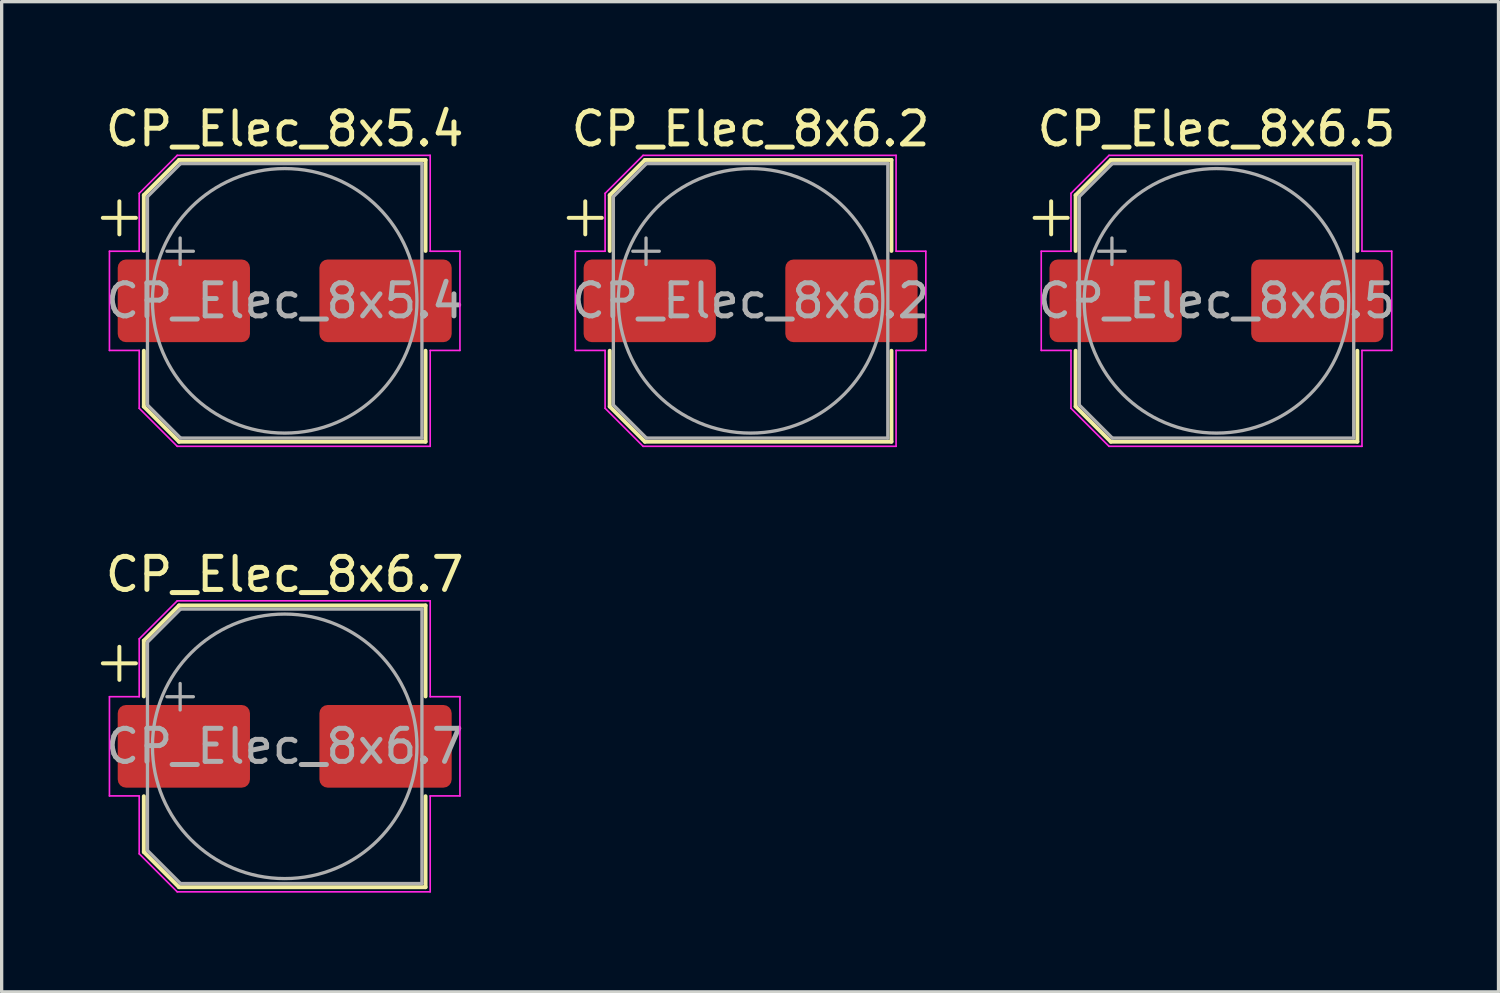
<source format=kicad_pcb>
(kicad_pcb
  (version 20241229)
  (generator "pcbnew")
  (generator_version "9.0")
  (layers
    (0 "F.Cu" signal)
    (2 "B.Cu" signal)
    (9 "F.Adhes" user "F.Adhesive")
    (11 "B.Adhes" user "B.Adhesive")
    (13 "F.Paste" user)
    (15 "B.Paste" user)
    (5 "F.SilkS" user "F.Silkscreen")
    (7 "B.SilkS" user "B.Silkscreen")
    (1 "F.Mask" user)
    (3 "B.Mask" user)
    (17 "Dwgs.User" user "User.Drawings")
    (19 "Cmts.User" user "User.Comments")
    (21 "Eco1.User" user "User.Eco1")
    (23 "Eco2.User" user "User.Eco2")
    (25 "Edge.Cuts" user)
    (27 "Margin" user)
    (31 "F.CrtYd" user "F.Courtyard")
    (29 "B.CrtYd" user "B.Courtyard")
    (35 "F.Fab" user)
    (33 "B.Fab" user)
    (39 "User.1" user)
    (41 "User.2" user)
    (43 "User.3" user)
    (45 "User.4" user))
  (footprint "CP_Elec_8x6.5"
    (layer "F.Cu")
    (at 33.74 6.048)
    (property "Reference" "CP_Elec_8x6.5" (at 0 -5.2 0) (layer "F.SilkS") (effects (font (size 1 1) (thickness 0.15))))
    (attr smd)
    (fp_line (start -5.5 -2.51) (end -4.5 -2.51) (stroke (width 0.12) (type solid)) (layer "F.SilkS"))
    (fp_line (start -5 -3.01) (end -5 -2.01) (stroke (width 0.12) (type solid)) (layer "F.SilkS"))
    (fp_line (start -4.26 -3.196) (end -4.26 -1.51) (stroke (width 0.12) (type solid)) (layer "F.SilkS"))
    (fp_line (start -4.26 -3.196) (end -3.196 -4.26) (stroke (width 0.12) (type solid)) (layer "F.SilkS"))
    (fp_line (start -4.26 3.196) (end -4.26 1.51) (stroke (width 0.12) (type solid)) (layer "F.SilkS"))
    (fp_line (start -4.26 3.196) (end -3.196 4.26) (stroke (width 0.12) (type solid)) (layer "F.SilkS"))
    (fp_line (start -3.196 -4.26) (end 4.26 -4.26) (stroke (width 0.12) (type solid)) (layer "F.SilkS"))
    (fp_line (start -3.196 4.26) (end 4.26 4.26) (stroke (width 0.12) (type solid)) (layer "F.SilkS"))
    (fp_line (start 4.26 -4.26) (end 4.26 -1.51) (stroke (width 0.12) (type solid)) (layer "F.SilkS"))
    (fp_line (start 4.26 4.26) (end 4.26 1.51) (stroke (width 0.12) (type solid)) (layer "F.SilkS"))
    (fp_line (start -5.3 -1.5) (end -5.3 1.5) (stroke (width 0.05) (type solid)) (layer "F.CrtYd"))
    (fp_line (start -5.3 1.5) (end -4.4 1.5) (stroke (width 0.05) (type solid)) (layer "F.CrtYd"))
    (fp_line (start -4.4 -3.25) (end -4.4 -1.5) (stroke (width 0.05) (type solid)) (layer "F.CrtYd"))
    (fp_line (start -4.4 -3.25) (end -3.25 -4.4) (stroke (width 0.05) (type solid)) (layer "F.CrtYd"))
    (fp_line (start -4.4 -1.5) (end -5.3 -1.5) (stroke (width 0.05) (type solid)) (layer "F.CrtYd"))
    (fp_line (start -4.4 1.5) (end -4.4 3.25) (stroke (width 0.05) (type solid)) (layer "F.CrtYd"))
    (fp_line (start -4.4 3.25) (end -3.25 4.4) (stroke (width 0.05) (type solid)) (layer "F.CrtYd"))
    (fp_line (start -3.25 -4.4) (end 4.4 -4.4) (stroke (width 0.05) (type solid)) (layer "F.CrtYd"))
    (fp_line (start -3.25 4.4) (end 4.4 4.4) (stroke (width 0.05) (type solid)) (layer "F.CrtYd"))
    (fp_line (start 4.4 -4.4) (end 4.4 -1.5) (stroke (width 0.05) (type solid)) (layer "F.CrtYd"))
    (fp_line (start 4.4 -1.5) (end 5.3 -1.5) (stroke (width 0.05) (type solid)) (layer "F.CrtYd"))
    (fp_line (start 4.4 1.5) (end 4.4 4.4) (stroke (width 0.05) (type solid)) (layer "F.CrtYd"))
    (fp_line (start 5.3 -1.5) (end 5.3 1.5) (stroke (width 0.05) (type solid)) (layer "F.CrtYd"))
    (fp_line (start 5.3 1.5) (end 4.4 1.5) (stroke (width 0.05) (type solid)) (layer "F.CrtYd"))
    (fp_line (start -4.15 -3.15) (end -4.15 3.15) (stroke (width 0.1) (type solid)) (layer "F.Fab"))
    (fp_line (start -4.15 -3.15) (end -3.15 -4.15) (stroke (width 0.1) (type solid)) (layer "F.Fab"))
    (fp_line (start -4.15 3.15) (end -3.15 4.15) (stroke (width 0.1) (type solid)) (layer "F.Fab"))
    (fp_line (start -3.562 -1.5) (end -2.762 -1.5) (stroke (width 0.1) (type solid)) (layer "F.Fab"))
    (fp_line (start -3.162 -1.9) (end -3.162 -1.1) (stroke (width 0.1) (type solid)) (layer "F.Fab"))
    (fp_line (start -3.15 -4.15) (end 4.15 -4.15) (stroke (width 0.1) (type solid)) (layer "F.Fab"))
    (fp_line (start -3.15 4.15) (end 4.15 4.15) (stroke (width 0.1) (type solid)) (layer "F.Fab"))
    (fp_line (start 4.15 -4.15) (end 4.15 4.15) (stroke (width 0.1) (type solid)) (layer "F.Fab"))
    (fp_circle (center 0 0) (end 4 0) (stroke (width 0.1) (type solid)) (fill no) (layer "F.Fab"))
    (fp_text user "${REFERENCE}" (at 0 0 0) (layer "F.Fab") (effects (font (size 1 1) (thickness 0.15))))
    (pad "1" smd roundrect (at -3.05 0) (size 4 2.5) (layers "F.Cu" "F.Mask" "F.Paste") (roundrect_rratio 0.1))
    (pad "2" smd roundrect (at 3.05 0) (size 4 2.5) (layers "F.Cu" "F.Mask" "F.Paste") (roundrect_rratio 0.1)))
  (footprint "CP_Elec_8x6.2"
    (layer "F.Cu")
    (at 19.65 6.048)
    (property "Reference" "CP_Elec_8x6.2" (at 0 -5.2 0) (layer "F.SilkS") (effects (font (size 1 1) (thickness 0.15))))
    (attr smd)
    (fp_line (start -5.5 -2.51) (end -4.5 -2.51) (stroke (width 0.12) (type solid)) (layer "F.SilkS"))
    (fp_line (start -5 -3.01) (end -5 -2.01) (stroke (width 0.12) (type solid)) (layer "F.SilkS"))
    (fp_line (start -4.26 -3.196) (end -4.26 -1.51) (stroke (width 0.12) (type solid)) (layer "F.SilkS"))
    (fp_line (start -4.26 -3.196) (end -3.196 -4.26) (stroke (width 0.12) (type solid)) (layer "F.SilkS"))
    (fp_line (start -4.26 3.196) (end -4.26 1.51) (stroke (width 0.12) (type solid)) (layer "F.SilkS"))
    (fp_line (start -4.26 3.196) (end -3.196 4.26) (stroke (width 0.12) (type solid)) (layer "F.SilkS"))
    (fp_line (start -3.196 -4.26) (end 4.26 -4.26) (stroke (width 0.12) (type solid)) (layer "F.SilkS"))
    (fp_line (start -3.196 4.26) (end 4.26 4.26) (stroke (width 0.12) (type solid)) (layer "F.SilkS"))
    (fp_line (start 4.26 -4.26) (end 4.26 -1.51) (stroke (width 0.12) (type solid)) (layer "F.SilkS"))
    (fp_line (start 4.26 4.26) (end 4.26 1.51) (stroke (width 0.12) (type solid)) (layer "F.SilkS"))
    (fp_line (start -5.3 -1.5) (end -5.3 1.5) (stroke (width 0.05) (type solid)) (layer "F.CrtYd"))
    (fp_line (start -5.3 1.5) (end -4.4 1.5) (stroke (width 0.05) (type solid)) (layer "F.CrtYd"))
    (fp_line (start -4.4 -3.25) (end -4.4 -1.5) (stroke (width 0.05) (type solid)) (layer "F.CrtYd"))
    (fp_line (start -4.4 -3.25) (end -3.25 -4.4) (stroke (width 0.05) (type solid)) (layer "F.CrtYd"))
    (fp_line (start -4.4 -1.5) (end -5.3 -1.5) (stroke (width 0.05) (type solid)) (layer "F.CrtYd"))
    (fp_line (start -4.4 1.5) (end -4.4 3.25) (stroke (width 0.05) (type solid)) (layer "F.CrtYd"))
    (fp_line (start -4.4 3.25) (end -3.25 4.4) (stroke (width 0.05) (type solid)) (layer "F.CrtYd"))
    (fp_line (start -3.25 -4.4) (end 4.4 -4.4) (stroke (width 0.05) (type solid)) (layer "F.CrtYd"))
    (fp_line (start -3.25 4.4) (end 4.4 4.4) (stroke (width 0.05) (type solid)) (layer "F.CrtYd"))
    (fp_line (start 4.4 -4.4) (end 4.4 -1.5) (stroke (width 0.05) (type solid)) (layer "F.CrtYd"))
    (fp_line (start 4.4 -1.5) (end 5.3 -1.5) (stroke (width 0.05) (type solid)) (layer "F.CrtYd"))
    (fp_line (start 4.4 1.5) (end 4.4 4.4) (stroke (width 0.05) (type solid)) (layer "F.CrtYd"))
    (fp_line (start 5.3 -1.5) (end 5.3 1.5) (stroke (width 0.05) (type solid)) (layer "F.CrtYd"))
    (fp_line (start 5.3 1.5) (end 4.4 1.5) (stroke (width 0.05) (type solid)) (layer "F.CrtYd"))
    (fp_line (start -4.15 -3.15) (end -4.15 3.15) (stroke (width 0.1) (type solid)) (layer "F.Fab"))
    (fp_line (start -4.15 -3.15) (end -3.15 -4.15) (stroke (width 0.1) (type solid)) (layer "F.Fab"))
    (fp_line (start -4.15 3.15) (end -3.15 4.15) (stroke (width 0.1) (type solid)) (layer "F.Fab"))
    (fp_line (start -3.562 -1.5) (end -2.762 -1.5) (stroke (width 0.1) (type solid)) (layer "F.Fab"))
    (fp_line (start -3.162 -1.9) (end -3.162 -1.1) (stroke (width 0.1) (type solid)) (layer "F.Fab"))
    (fp_line (start -3.15 -4.15) (end 4.15 -4.15) (stroke (width 0.1) (type solid)) (layer "F.Fab"))
    (fp_line (start -3.15 4.15) (end 4.15 4.15) (stroke (width 0.1) (type solid)) (layer "F.Fab"))
    (fp_line (start 4.15 -4.15) (end 4.15 4.15) (stroke (width 0.1) (type solid)) (layer "F.Fab"))
    (fp_circle (center 0 0) (end 4 0) (stroke (width 0.1) (type solid)) (fill no) (layer "F.Fab"))
    (fp_text user "${REFERENCE}" (at 0 0 0) (layer "F.Fab") (effects (font (size 1 1) (thickness 0.15))))
    (pad "1" smd roundrect (at -3.05 0) (size 4 2.5) (layers "F.Cu" "F.Mask" "F.Paste") (roundrect_rratio 0.1))
    (pad "2" smd roundrect (at 3.05 0) (size 4 2.5) (layers "F.Cu" "F.Mask" "F.Paste") (roundrect_rratio 0.1)))
  (footprint "CP_Elec_8x5.4"
    (layer "F.Cu")
    (at 5.56 6.048)
    (property "Reference" "CP_Elec_8x5.4" (at 0 -5.2 0) (layer "F.SilkS") (effects (font (size 1 1) (thickness 0.15))))
    (attr smd)
    (fp_line (start -5.5 -2.51) (end -4.5 -2.51) (stroke (width 0.12) (type solid)) (layer "F.SilkS"))
    (fp_line (start -5 -3.01) (end -5 -2.01) (stroke (width 0.12) (type solid)) (layer "F.SilkS"))
    (fp_line (start -4.26 -3.196) (end -4.26 -1.51) (stroke (width 0.12) (type solid)) (layer "F.SilkS"))
    (fp_line (start -4.26 -3.196) (end -3.196 -4.26) (stroke (width 0.12) (type solid)) (layer "F.SilkS"))
    (fp_line (start -4.26 3.196) (end -4.26 1.51) (stroke (width 0.12) (type solid)) (layer "F.SilkS"))
    (fp_line (start -4.26 3.196) (end -3.196 4.26) (stroke (width 0.12) (type solid)) (layer "F.SilkS"))
    (fp_line (start -3.196 -4.26) (end 4.26 -4.26) (stroke (width 0.12) (type solid)) (layer "F.SilkS"))
    (fp_line (start -3.196 4.26) (end 4.26 4.26) (stroke (width 0.12) (type solid)) (layer "F.SilkS"))
    (fp_line (start 4.26 -4.26) (end 4.26 -1.51) (stroke (width 0.12) (type solid)) (layer "F.SilkS"))
    (fp_line (start 4.26 4.26) (end 4.26 1.51) (stroke (width 0.12) (type solid)) (layer "F.SilkS"))
    (fp_line (start -5.3 -1.5) (end -5.3 1.5) (stroke (width 0.05) (type solid)) (layer "F.CrtYd"))
    (fp_line (start -5.3 1.5) (end -4.4 1.5) (stroke (width 0.05) (type solid)) (layer "F.CrtYd"))
    (fp_line (start -4.4 -3.25) (end -4.4 -1.5) (stroke (width 0.05) (type solid)) (layer "F.CrtYd"))
    (fp_line (start -4.4 -3.25) (end -3.25 -4.4) (stroke (width 0.05) (type solid)) (layer "F.CrtYd"))
    (fp_line (start -4.4 -1.5) (end -5.3 -1.5) (stroke (width 0.05) (type solid)) (layer "F.CrtYd"))
    (fp_line (start -4.4 1.5) (end -4.4 3.25) (stroke (width 0.05) (type solid)) (layer "F.CrtYd"))
    (fp_line (start -4.4 3.25) (end -3.25 4.4) (stroke (width 0.05) (type solid)) (layer "F.CrtYd"))
    (fp_line (start -3.25 -4.4) (end 4.4 -4.4) (stroke (width 0.05) (type solid)) (layer "F.CrtYd"))
    (fp_line (start -3.25 4.4) (end 4.4 4.4) (stroke (width 0.05) (type solid)) (layer "F.CrtYd"))
    (fp_line (start 4.4 -4.4) (end 4.4 -1.5) (stroke (width 0.05) (type solid)) (layer "F.CrtYd"))
    (fp_line (start 4.4 -1.5) (end 5.3 -1.5) (stroke (width 0.05) (type solid)) (layer "F.CrtYd"))
    (fp_line (start 4.4 1.5) (end 4.4 4.4) (stroke (width 0.05) (type solid)) (layer "F.CrtYd"))
    (fp_line (start 5.3 -1.5) (end 5.3 1.5) (stroke (width 0.05) (type solid)) (layer "F.CrtYd"))
    (fp_line (start 5.3 1.5) (end 4.4 1.5) (stroke (width 0.05) (type solid)) (layer "F.CrtYd"))
    (fp_line (start -4.15 -3.15) (end -4.15 3.15) (stroke (width 0.1) (type solid)) (layer "F.Fab"))
    (fp_line (start -4.15 -3.15) (end -3.15 -4.15) (stroke (width 0.1) (type solid)) (layer "F.Fab"))
    (fp_line (start -4.15 3.15) (end -3.15 4.15) (stroke (width 0.1) (type solid)) (layer "F.Fab"))
    (fp_line (start -3.562 -1.5) (end -2.762 -1.5) (stroke (width 0.1) (type solid)) (layer "F.Fab"))
    (fp_line (start -3.162 -1.9) (end -3.162 -1.1) (stroke (width 0.1) (type solid)) (layer "F.Fab"))
    (fp_line (start -3.15 -4.15) (end 4.15 -4.15) (stroke (width 0.1) (type solid)) (layer "F.Fab"))
    (fp_line (start -3.15 4.15) (end 4.15 4.15) (stroke (width 0.1) (type solid)) (layer "F.Fab"))
    (fp_line (start 4.15 -4.15) (end 4.15 4.15) (stroke (width 0.1) (type solid)) (layer "F.Fab"))
    (fp_circle (center 0 0) (end 4 0) (stroke (width 0.1) (type solid)) (fill no) (layer "F.Fab"))
    (fp_text user "${REFERENCE}" (at 0 0 0) (layer "F.Fab") (effects (font (size 1 1) (thickness 0.15))))
    (pad "1" smd roundrect (at -3.05 0) (size 4 2.5) (layers "F.Cu" "F.Mask" "F.Paste") (roundrect_rratio 0.1))
    (pad "2" smd roundrect (at 3.05 0) (size 4 2.5) (layers "F.Cu" "F.Mask" "F.Paste") (roundrect_rratio 0.1)))
  (footprint "CP_Elec_8x6.7"
    (layer "F.Cu")
    (at 5.56 19.521)
    (property "Reference" "CP_Elec_8x6.7" (at 0 -5.2 0) (layer "F.SilkS") (effects (font (size 1 1) (thickness 0.15))))
    (attr smd)
    (fp_line (start -5.5 -2.51) (end -4.5 -2.51) (stroke (width 0.12) (type solid)) (layer "F.SilkS"))
    (fp_line (start -5 -3.01) (end -5 -2.01) (stroke (width 0.12) (type solid)) (layer "F.SilkS"))
    (fp_line (start -4.26 -3.196) (end -4.26 -1.51) (stroke (width 0.12) (type solid)) (layer "F.SilkS"))
    (fp_line (start -4.26 -3.196) (end -3.196 -4.26) (stroke (width 0.12) (type solid)) (layer "F.SilkS"))
    (fp_line (start -4.26 3.196) (end -4.26 1.51) (stroke (width 0.12) (type solid)) (layer "F.SilkS"))
    (fp_line (start -4.26 3.196) (end -3.196 4.26) (stroke (width 0.12) (type solid)) (layer "F.SilkS"))
    (fp_line (start -3.196 -4.26) (end 4.26 -4.26) (stroke (width 0.12) (type solid)) (layer "F.SilkS"))
    (fp_line (start -3.196 4.26) (end 4.26 4.26) (stroke (width 0.12) (type solid)) (layer "F.SilkS"))
    (fp_line (start 4.26 -4.26) (end 4.26 -1.51) (stroke (width 0.12) (type solid)) (layer "F.SilkS"))
    (fp_line (start 4.26 4.26) (end 4.26 1.51) (stroke (width 0.12) (type solid)) (layer "F.SilkS"))
    (fp_line (start -5.3 -1.5) (end -5.3 1.5) (stroke (width 0.05) (type solid)) (layer "F.CrtYd"))
    (fp_line (start -5.3 1.5) (end -4.4 1.5) (stroke (width 0.05) (type solid)) (layer "F.CrtYd"))
    (fp_line (start -4.4 -3.25) (end -4.4 -1.5) (stroke (width 0.05) (type solid)) (layer "F.CrtYd"))
    (fp_line (start -4.4 -3.25) (end -3.25 -4.4) (stroke (width 0.05) (type solid)) (layer "F.CrtYd"))
    (fp_line (start -4.4 -1.5) (end -5.3 -1.5) (stroke (width 0.05) (type solid)) (layer "F.CrtYd"))
    (fp_line (start -4.4 1.5) (end -4.4 3.25) (stroke (width 0.05) (type solid)) (layer "F.CrtYd"))
    (fp_line (start -4.4 3.25) (end -3.25 4.4) (stroke (width 0.05) (type solid)) (layer "F.CrtYd"))
    (fp_line (start -3.25 -4.4) (end 4.4 -4.4) (stroke (width 0.05) (type solid)) (layer "F.CrtYd"))
    (fp_line (start -3.25 4.4) (end 4.4 4.4) (stroke (width 0.05) (type solid)) (layer "F.CrtYd"))
    (fp_line (start 4.4 -4.4) (end 4.4 -1.5) (stroke (width 0.05) (type solid)) (layer "F.CrtYd"))
    (fp_line (start 4.4 -1.5) (end 5.3 -1.5) (stroke (width 0.05) (type solid)) (layer "F.CrtYd"))
    (fp_line (start 4.4 1.5) (end 4.4 4.4) (stroke (width 0.05) (type solid)) (layer "F.CrtYd"))
    (fp_line (start 5.3 -1.5) (end 5.3 1.5) (stroke (width 0.05) (type solid)) (layer "F.CrtYd"))
    (fp_line (start 5.3 1.5) (end 4.4 1.5) (stroke (width 0.05) (type solid)) (layer "F.CrtYd"))
    (fp_line (start -4.15 -3.15) (end -4.15 3.15) (stroke (width 0.1) (type solid)) (layer "F.Fab"))
    (fp_line (start -4.15 -3.15) (end -3.15 -4.15) (stroke (width 0.1) (type solid)) (layer "F.Fab"))
    (fp_line (start -4.15 3.15) (end -3.15 4.15) (stroke (width 0.1) (type solid)) (layer "F.Fab"))
    (fp_line (start -3.562 -1.5) (end -2.762 -1.5) (stroke (width 0.1) (type solid)) (layer "F.Fab"))
    (fp_line (start -3.162 -1.9) (end -3.162 -1.1) (stroke (width 0.1) (type solid)) (layer "F.Fab"))
    (fp_line (start -3.15 -4.15) (end 4.15 -4.15) (stroke (width 0.1) (type solid)) (layer "F.Fab"))
    (fp_line (start -3.15 4.15) (end 4.15 4.15) (stroke (width 0.1) (type solid)) (layer "F.Fab"))
    (fp_line (start 4.15 -4.15) (end 4.15 4.15) (stroke (width 0.1) (type solid)) (layer "F.Fab"))
    (fp_circle (center 0 0) (end 4 0) (stroke (width 0.1) (type solid)) (fill no) (layer "F.Fab"))
    (fp_text user "${REFERENCE}" (at 0 0 0) (layer "F.Fab") (effects (font (size 1 1) (thickness 0.15))))
    (pad "1" smd roundrect (at -3.05 0) (size 4 2.5) (layers "F.Cu" "F.Mask" "F.Paste") (roundrect_rratio 0.1))
    (pad "2" smd roundrect (at 3.05 0) (size 4 2.5) (layers "F.Cu" "F.Mask" "F.Paste") (roundrect_rratio 0.1)))
  (gr_rect
    (start -3 -3)
    (end 42.269 26.947)
    (stroke (width 0.1) (type default))
    (fill no)
    (layer "Edge.Cuts")))
</source>
